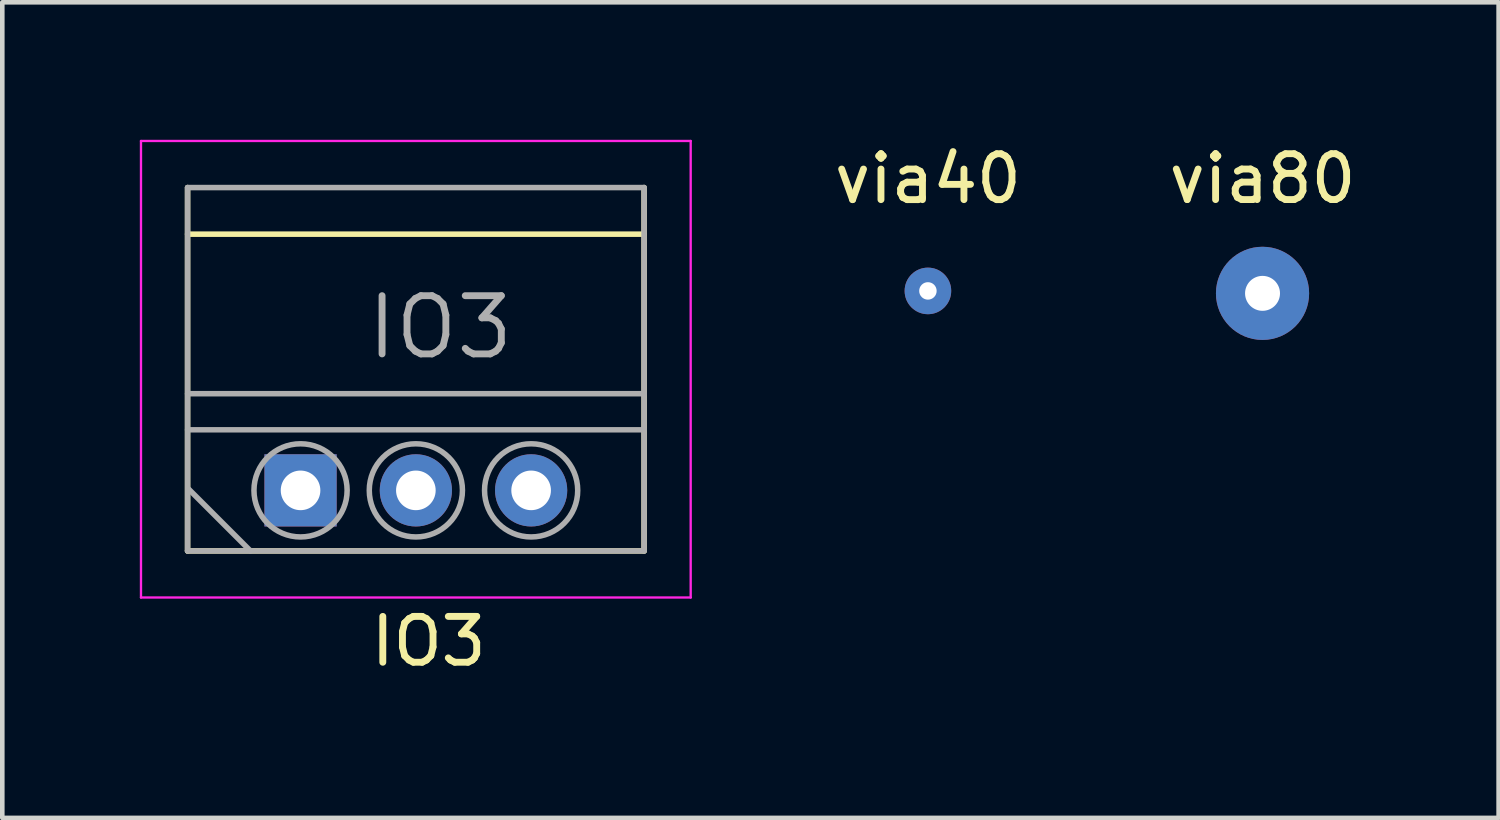
<source format=kicad_pcb>
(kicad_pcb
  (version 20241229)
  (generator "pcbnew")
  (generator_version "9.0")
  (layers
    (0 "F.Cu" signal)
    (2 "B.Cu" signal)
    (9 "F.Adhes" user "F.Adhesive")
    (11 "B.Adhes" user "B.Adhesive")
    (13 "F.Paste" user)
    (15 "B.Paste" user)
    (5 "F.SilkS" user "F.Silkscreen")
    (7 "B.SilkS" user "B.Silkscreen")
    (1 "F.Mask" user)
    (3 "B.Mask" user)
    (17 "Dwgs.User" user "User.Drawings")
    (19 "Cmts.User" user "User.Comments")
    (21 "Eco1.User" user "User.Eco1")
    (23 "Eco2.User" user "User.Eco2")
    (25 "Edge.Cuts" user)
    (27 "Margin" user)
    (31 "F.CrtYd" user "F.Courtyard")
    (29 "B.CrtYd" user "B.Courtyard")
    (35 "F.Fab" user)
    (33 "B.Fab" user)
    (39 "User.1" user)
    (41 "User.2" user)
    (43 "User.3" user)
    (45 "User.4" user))
  (footprint "IO3"
    (layer "F.Cu")
    (at 3.505 7.645)
    (property "Reference" "IO3" (at 2.794 3.294 0) (layer "F.SilkS") (effects (font (size 1 1) (thickness 0.15))))
    (attr through_hole)
    (fp_line (start -2.464 -6.604) (end -2.464 1.321) (stroke (width 0.12) (type solid)) (layer "F.SilkS"))
    (fp_line (start -2.464 -5.588) (end 7.493 -5.588) (stroke (width 0.12) (type solid)) (layer "F.SilkS"))
    (fp_line (start 7.493 -6.604) (end 7.493 1.321) (stroke (width 0.12) (type solid)) (layer "F.SilkS"))
    (fp_line (start 7.493 1.321) (end -2.464 1.321) (stroke (width 0.12) (type solid)) (layer "F.SilkS"))
    (fp_line (start -3.48 -7.62) (end -3.48 2.337) (stroke (width 0.051) (type solid)) (layer "F.CrtYd"))
    (fp_line (start -3.48 -7.62) (end 8.509 -7.62) (stroke (width 0.051) (type solid)) (layer "F.CrtYd"))
    (fp_line (start 8.509 -7.62) (end 8.509 2.337) (stroke (width 0.051) (type solid)) (layer "F.CrtYd"))
    (fp_line (start 8.509 2.337) (end -3.48 2.337) (stroke (width 0.051) (type solid)) (layer "F.CrtYd"))
    (fp_line (start -2.464 -6.604) (end -2.464 1.321) (stroke (width 0.12) (type solid)) (layer "F.Fab"))
    (fp_line (start -2.464 -6.604) (end 7.493 -6.604) (stroke (width 0.12) (type solid)) (layer "F.Fab"))
    (fp_line (start -2.464 -2.108) (end 7.493 -2.108) (stroke (width 0.12) (type solid)) (layer "F.Fab"))
    (fp_line (start -2.464 -1.321) (end 7.493 -1.321) (stroke (width 0.12) (type solid)) (layer "F.Fab"))
    (fp_line (start -2.438 -0.025) (end -1.092 1.321) (stroke (width 0.12) (type solid)) (layer "F.Fab"))
    (fp_line (start 7.493 -6.604) (end 7.493 1.321) (stroke (width 0.12) (type solid)) (layer "F.Fab"))
    (fp_line (start 7.493 1.321) (end -2.464 1.321) (stroke (width 0.12) (type solid)) (layer "F.Fab"))
    (fp_circle (center 0 0) (end 1.016 0) (stroke (width 0.12) (type solid)) (fill no) (layer "F.Fab"))
    (fp_circle (center 2.515 0) (end 3.531 0) (stroke (width 0.12) (type solid)) (fill no) (layer "F.Fab"))
    (fp_circle (center 5.029 0) (end 6.045 0) (stroke (width 0.12) (type solid)) (fill no) (layer "F.Fab"))
    (fp_text user "${REFERENCE}" (at 3.048 -3.556 0) (layer "F.Fab") (effects (font (size 1.27 1.27) (thickness 0.15))))
    (pad "1" thru_hole rect (at 0 0) (size 1.575 1.575) (drill 0.864) (layers "*.Cu" "*.Mask"))
    (pad "2" thru_hole circle (at 2.515 0) (size 1.575 1.575) (drill 0.864) (layers "*.Cu" "*.Mask"))
    (pad "3" thru_hole circle (at 5.029 0) (size 1.575 1.575) (drill 0.864) (layers "*.Cu" "*.Mask")))
  (footprint "via40"
    (layer "F.Cu")
    (at 17.188 3.295)
    (property "Reference" "via40" (at 0 -2.446 0) (layer "F.SilkS") (effects (font (size 1 1) (thickness 0.15))))
    (attr through_hole)
    (pad "1" thru_hole circle (at 0 0) (size 1.016 1.016) (drill 0.381) (layers "*.Cu" "*.Mask")))
  (footprint "via80"
    (layer "F.Cu")
    (at 24.486 3.348)
    (property "Reference" "via80" (at 0 -2.5 0) (layer "F.SilkS") (effects (font (size 1 1) (thickness 0.15))))
    (attr through_hole)
    (pad "1" thru_hole circle (at 0 0) (size 2.032 2.032) (drill 0.762) (layers "*.Cu" "*.Mask")))
  (gr_rect
    (start -3 -3)
    (end 29.635 14.788)
    (stroke (width 0.1) (type default))
    (fill no)
    (layer "Edge.Cuts")))
</source>
